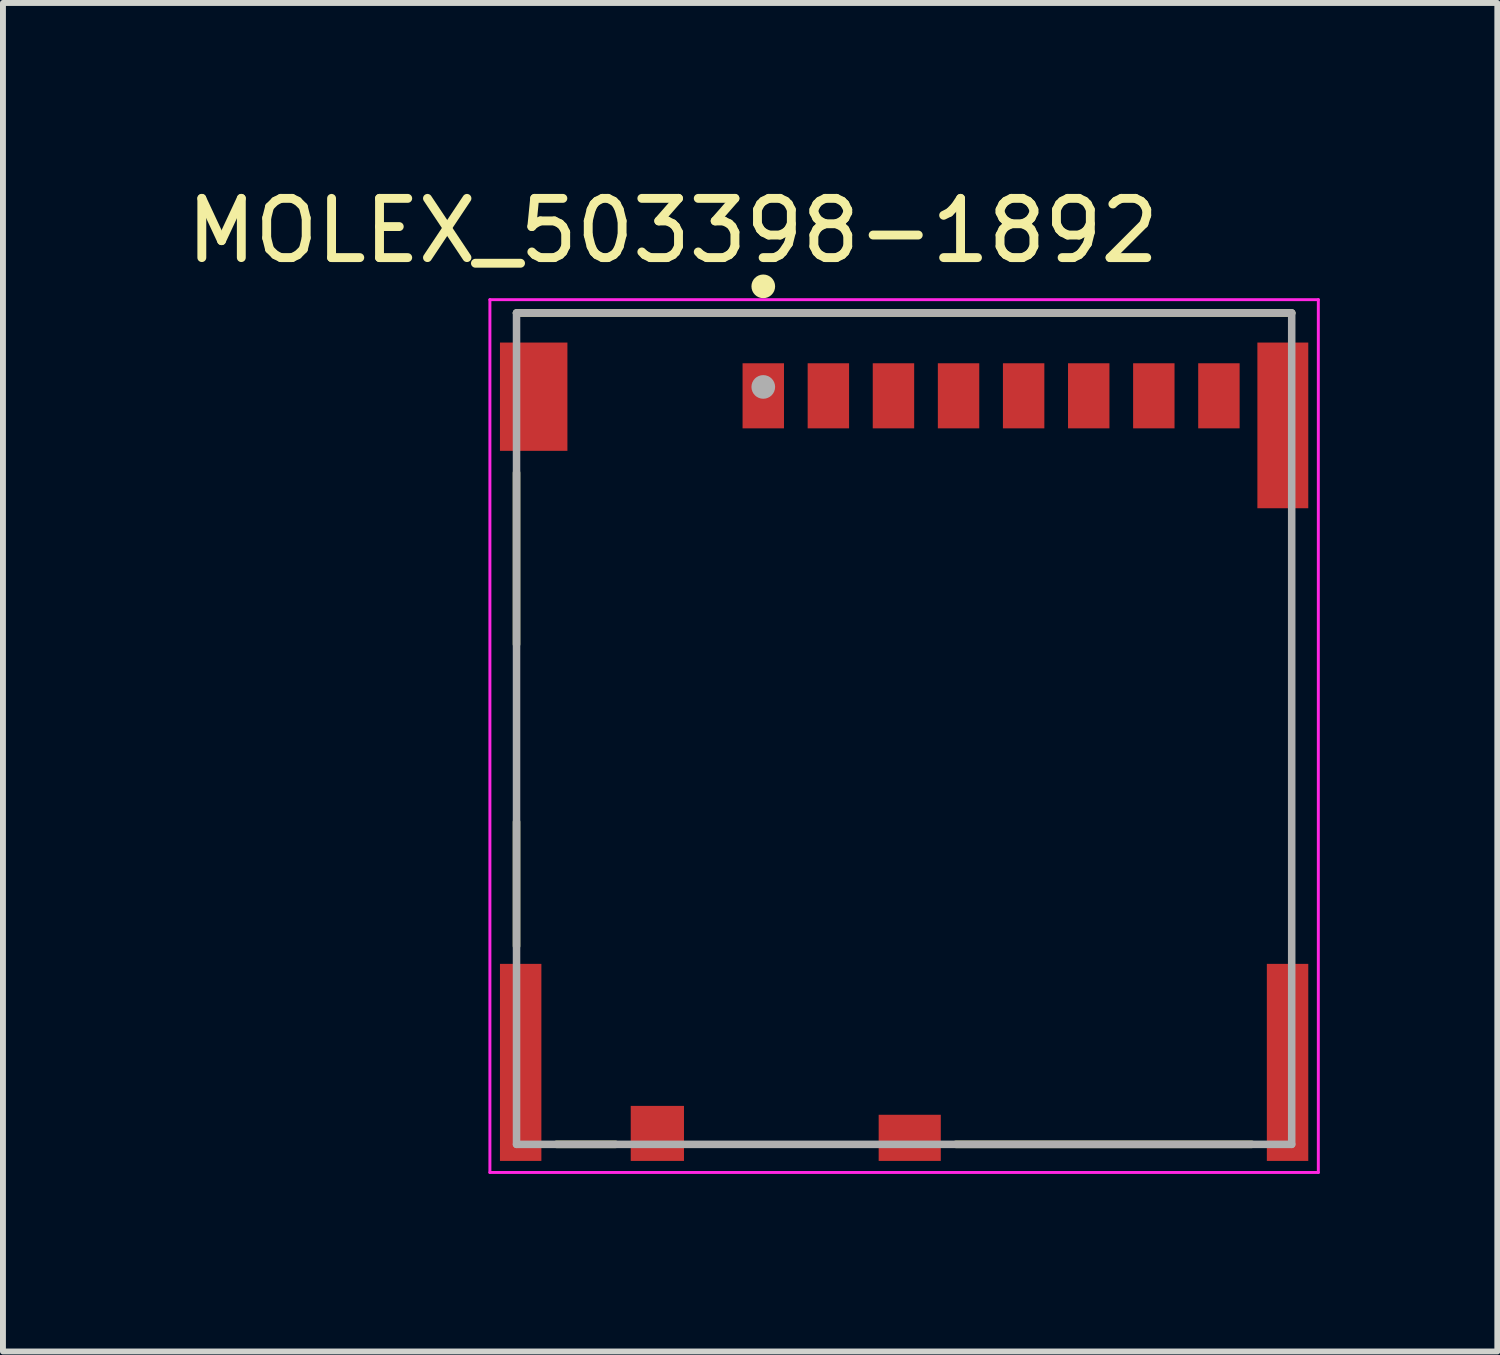
<source format=kicad_pcb>
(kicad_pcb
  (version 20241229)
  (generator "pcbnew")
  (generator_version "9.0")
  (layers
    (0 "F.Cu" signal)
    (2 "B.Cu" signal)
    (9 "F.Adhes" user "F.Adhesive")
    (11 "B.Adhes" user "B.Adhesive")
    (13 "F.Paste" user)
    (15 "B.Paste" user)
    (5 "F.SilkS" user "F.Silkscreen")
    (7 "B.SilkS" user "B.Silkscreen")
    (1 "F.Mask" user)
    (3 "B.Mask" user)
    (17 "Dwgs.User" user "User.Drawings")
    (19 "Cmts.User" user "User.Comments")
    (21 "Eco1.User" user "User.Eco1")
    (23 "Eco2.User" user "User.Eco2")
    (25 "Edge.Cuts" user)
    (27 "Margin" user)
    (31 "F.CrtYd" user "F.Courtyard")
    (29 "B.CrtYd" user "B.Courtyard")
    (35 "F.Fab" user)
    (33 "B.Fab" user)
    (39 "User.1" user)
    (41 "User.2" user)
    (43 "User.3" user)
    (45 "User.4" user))
  (footprint "MOLEX_503398-1892"
    (layer "F.Cu")
    (at 12.229 9.264)
    (property "Reference" "MOLEX_503398-1892" (at -3.908 -8.416 0) (layer "F.SilkS") (effects (font (size 1.001 1.001) (thickness 0.15))))
    (attr through_hole)
    (fp_line (start -6.55 -7.025) (end 6.55 -7.025) (stroke (width 0.127) (type solid)) (layer "F.SilkS"))
    (fp_line (start -6.55 -4.325) (end -6.55 -1.425) (stroke (width 0.127) (type solid)) (layer "F.SilkS"))
    (fp_line (start -6.55 1.575) (end -6.55 3.675) (stroke (width 0.127) (type solid)) (layer "F.SilkS"))
    (fp_line (start -5.876 7.025) (end -4.874 7.025) (stroke (width 0.127) (type solid)) (layer "F.SilkS"))
    (fp_line (start 0.874 7.025) (end 5.876 7.025) (stroke (width 0.127) (type solid)) (layer "F.SilkS"))
    (fp_circle (center -2.38 -7.475) (end -2.28 -7.475) (stroke (width 0.2) (type solid)) (fill no) (layer "F.SilkS"))
    (fp_line (start -7 -7.25) (end 7 -7.25) (stroke (width 0.05) (type solid)) (layer "F.CrtYd"))
    (fp_line (start -7 7.5) (end -7 -7.25) (stroke (width 0.05) (type solid)) (layer "F.CrtYd"))
    (fp_line (start 7 -7.25) (end 7 7.5) (stroke (width 0.05) (type solid)) (layer "F.CrtYd"))
    (fp_line (start 7 7.5) (end -7 7.5) (stroke (width 0.05) (type solid)) (layer "F.CrtYd"))
    (fp_line (start -6.55 -7.025) (end 6.55 -7.025) (stroke (width 0.127) (type solid)) (layer "F.Fab"))
    (fp_line (start -6.55 7.025) (end -6.55 -7.025) (stroke (width 0.127) (type solid)) (layer "F.Fab"))
    (fp_line (start 6.55 -7.025) (end 6.55 7.025) (stroke (width 0.127) (type solid)) (layer "F.Fab"))
    (fp_line (start 6.55 7.025) (end -6.55 7.025) (stroke (width 0.127) (type solid)) (layer "F.Fab"))
    (fp_circle (center -2.38 -5.775) (end -2.28 -5.775) (stroke (width 0.2) (type solid)) (fill no) (layer "F.Fab"))
    (pad "1" smd rect (at -2.38 -5.625) (size 0.7 1.1) (layers "F.Cu" "F.Mask" "F.Paste"))
    (pad "2" smd rect (at -1.28 -5.625) (size 0.7 1.1) (layers "F.Cu" "F.Mask" "F.Paste"))
    (pad "3" smd rect (at -0.18 -5.625) (size 0.7 1.1) (layers "F.Cu" "F.Mask" "F.Paste"))
    (pad "4" smd rect (at 0.92 -5.625) (size 0.7 1.1) (layers "F.Cu" "F.Mask" "F.Paste"))
    (pad "5" smd rect (at 2.02 -5.625) (size 0.7 1.1) (layers "F.Cu" "F.Mask" "F.Paste"))
    (pad "6" smd rect (at 3.12 -5.625) (size 0.7 1.1) (layers "F.Cu" "F.Mask" "F.Paste"))
    (pad "7" smd rect (at 4.22 -5.625) (size 0.7 1.1) (layers "F.Cu" "F.Mask" "F.Paste"))
    (pad "8" smd rect (at 5.32 -5.625) (size 0.7 1.1) (layers "F.Cu" "F.Mask" "F.Paste"))
    (pad "9" smd rect (at -4.17 6.84) (size 0.9 0.93) (layers "F.Cu" "F.Mask" "F.Paste"))
    (pad "10" smd rect (at 0.095 6.915) (size 1.05 0.78) (layers "F.Cu" "F.Mask" "F.Paste"))
    (pad "P1" smd rect (at -6.26 -5.61) (size 1.14 1.83) (layers "F.Cu" "F.Mask" "F.Paste"))
    (pad "P2" smd rect (at 6.4 -5.125) (size 0.86 2.8) (layers "F.Cu" "F.Mask" "F.Paste"))
    (pad "P3" smd rect (at -6.48 5.64) (size 0.7 3.33) (layers "F.Cu" "F.Mask" "F.Paste"))
    (pad "P4" smd rect (at 6.48 5.64) (size 0.7 3.33) (layers "F.Cu" "F.Mask" "F.Paste"))
    (zone (net_name "") (layer "F.Cu") (hatch full 0.508) (connect_pads) (min_thickness 0.01) (filled_areas_thickness no) (keepout (tracks not_allowed) (vias not_allowed) (pads not_allowed) (copperpour not_allowed) (footprints allowed)) (placement (enabled no)) (fill) (polygon (pts (xy 5.392 8.139) (xy 6.099 8.139) (xy 6.099 10.541) (xy 5.392 10.541))))
    (zone (net_name "") (layer "F.Cu") (hatch full 0.508) (connect_pads) (min_thickness 0.01) (filled_areas_thickness no) (keepout (tracks not_allowed) (vias not_allowed) (pads not_allowed) (copperpour not_allowed) (footprints allowed)) (placement (enabled no)) (fill) (polygon (pts (xy 6.983 13.839) (xy 7.544 13.839) (xy 7.544 16.003) (xy 6.983 16.003))))
    (zone (net_name "") (layer "F.Cu") (hatch full 0.508) (connect_pads) (min_thickness 0.01) (filled_areas_thickness no) (keepout (tracks not_allowed) (vias not_allowed) (pads not_allowed) (copperpour not_allowed) (footprints allowed)) (placement (enabled no)) (fill) (polygon (pts (xy 9.006 15.639) (xy 9.559 15.639) (xy 9.559 16.195) (xy 9.006 16.195))))
    (zone (net_name "") (layer "F.Cu") (hatch full 0.508) (connect_pads) (min_thickness 0.0001) (filled_areas_thickness no) (keepout (tracks not_allowed) (vias not_allowed) (pads not_allowed) (copperpour not_allowed) (footprints allowed)) (placement (enabled no)) (fill) (polygon (pts (xy 9.059 5.539) (xy 9.059 10.539) (xy 8.409 10.539) (xy 8.409 13.139) (xy 12.799 13.139) (xy 12.799 14.389) (xy 10.499 14.389) (xy 10.499 16.569) (xy 11.799 16.569) (xy 11.799 15.789) (xy 18.359 15.789) (xy 18.359 13.239) (xy 19.059 13.239) (xy 19.059 5.539))))
    (zone (net_name "") (layers "F.Cu" "B.Cu") (hatch full 0.508) (connect_pads) (min_thickness 0.01) (filled_areas_thickness no) (keepout (tracks allowed) (vias not_allowed) (pads allowed) (copperpour allowed) (footprints allowed)) (placement (enabled no)) (fill) (polygon (pts (xy 5.387 8.139) (xy 6.099 8.139) (xy 6.099 10.542) (xy 5.387 10.542))))
    (zone (net_name "") (layers "F.Cu" "B.Cu") (hatch full 0.508) (connect_pads) (min_thickness 0.01) (filled_areas_thickness no) (keepout (tracks allowed) (vias not_allowed) (pads allowed) (copperpour allowed) (footprints allowed)) (placement (enabled no)) (fill) (polygon (pts (xy 6.99 13.839) (xy 7.544 13.839) (xy 7.544 15.994) (xy 6.99 15.994))))
    (zone (net_name "") (layers "F.Cu" "B.Cu") (hatch full 0.508) (connect_pads) (min_thickness 0.01) (filled_areas_thickness no) (keepout (tracks allowed) (vias not_allowed) (pads allowed) (copperpour allowed) (footprints allowed)) (placement (enabled no)) (fill) (polygon (pts (xy 9.003 15.639) (xy 9.559 15.639) (xy 9.559 16.201) (xy 9.003 16.201))))
    (zone (net_name "") (layers "F.Cu" "B.Cu") (hatch full 0.508) (connect_pads) (min_thickness 0.0001) (filled_areas_thickness no) (keepout (tracks allowed) (vias not_allowed) (pads allowed) (copperpour allowed) (footprints allowed)) (placement (enabled no)) (fill) (polygon (pts (xy 9.059 5.539) (xy 9.059 10.539) (xy 8.409 10.539) (xy 8.409 13.139) (xy 12.799 13.139) (xy 12.799 14.389) (xy 10.499 14.389) (xy 10.499 16.569) (xy 11.799 16.569) (xy 11.799 15.789) (xy 18.359 15.789) (xy 18.359 13.239) (xy 19.059 13.239) (xy 19.059 5.539)))))
  (gr_rect
    (start -3 -3)
    (end 22.254 19.789)
    (stroke (width 0.1) (type default))
    (fill no)
    (layer "Edge.Cuts")))
</source>
